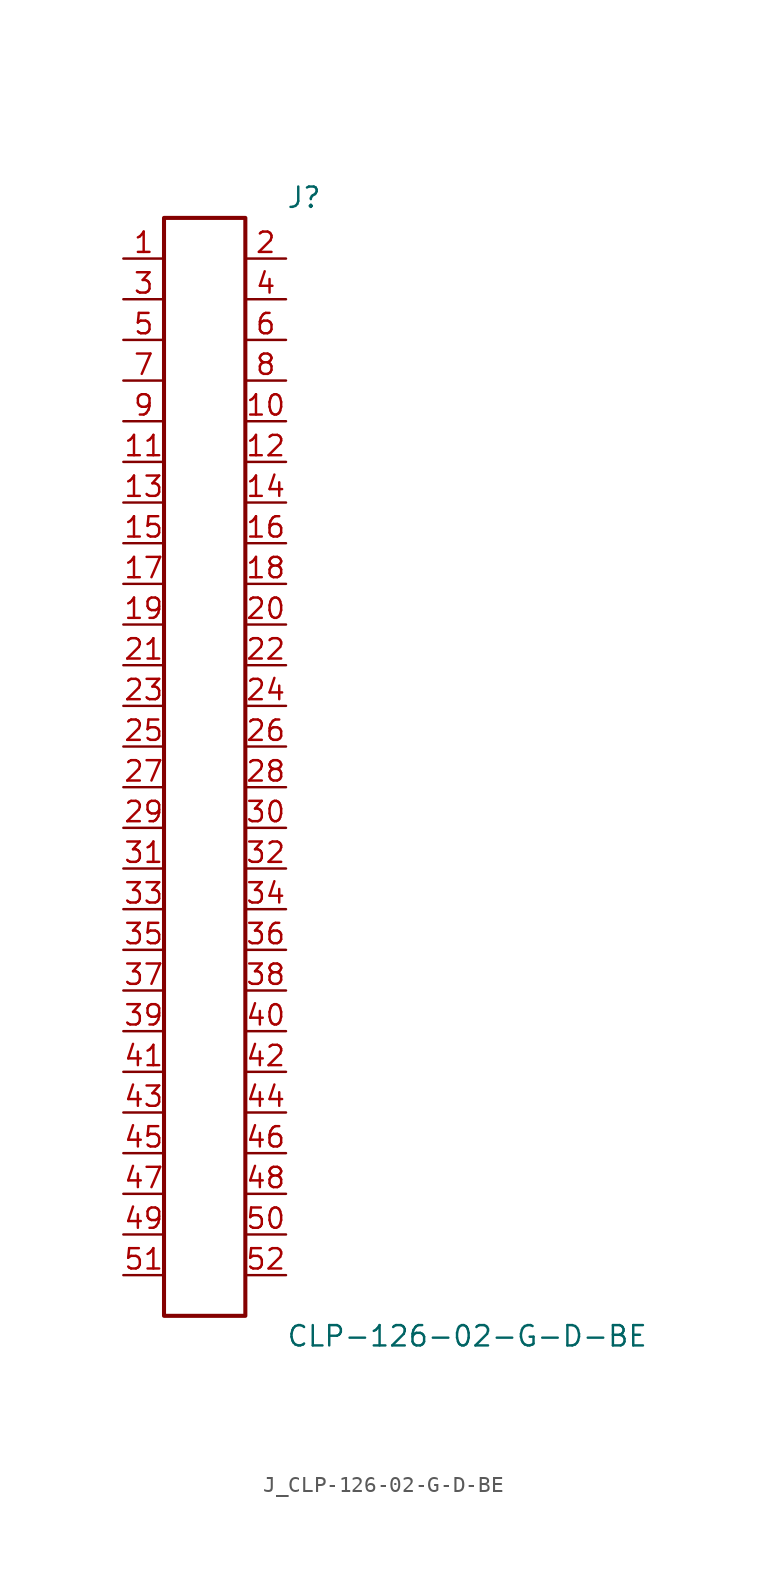
<source format=kicad_sym>
(kicad_symbol_lib
  (version 20231120)
  (generator kicad_symbol_editor)
  (generator_version 8.0)
  (symbol "J_CLP-126-02-G-D-BE"
    (pin_names
      (offset 0.254))
    (property "Reference" "J"
      (at 5.08 35.56 0)
      (effects (font (size 1.27 1.27)) (justify left)))
    (property "Value" "CLP-126-02-G-D-BE"
      (at 5.08 -35.56 0)
      (effects (font (size 1.27 1.27)) (justify left)))
    (symbol "J_CLP-126-02-G-D-BE_0_0"
      (pin passive line (at -5.08 31.75 0) (length 2.54) (name "" (effects (font (size 1.27 1.27)))) (number "1" (effects (font (size 1.27 1.27)))))
      (pin passive line (at 5.08 31.75 180) (length 2.54) (name "" (effects (font (size 1.27 1.27)))) (number "2" (effects (font (size 1.27 1.27)))))
      (pin passive line (at -5.08 29.21 0) (length 2.54) (name "" (effects (font (size 1.27 1.27)))) (number "3" (effects (font (size 1.27 1.27)))))
      (pin passive line (at 5.08 29.21 180) (length 2.54) (name "" (effects (font (size 1.27 1.27)))) (number "4" (effects (font (size 1.27 1.27)))))
      (pin passive line (at -5.08 26.67 0) (length 2.54) (name "" (effects (font (size 1.27 1.27)))) (number "5" (effects (font (size 1.27 1.27)))))
      (pin passive line (at 5.08 26.67 180) (length 2.54) (name "" (effects (font (size 1.27 1.27)))) (number "6" (effects (font (size 1.27 1.27)))))
      (pin passive line (at -5.08 24.13 0) (length 2.54) (name "" (effects (font (size 1.27 1.27)))) (number "7" (effects (font (size 1.27 1.27)))))
      (pin passive line (at 5.08 24.13 180) (length 2.54) (name "" (effects (font (size 1.27 1.27)))) (number "8" (effects (font (size 1.27 1.27)))))
      (pin passive line (at -5.08 21.59 0) (length 2.54) (name "" (effects (font (size 1.27 1.27)))) (number "9" (effects (font (size 1.27 1.27)))))
      (pin passive line (at 5.08 21.59 180) (length 2.54) (name "" (effects (font (size 1.27 1.27)))) (number "10" (effects (font (size 1.27 1.27)))))
      (pin passive line (at -5.08 19.05 0) (length 2.54) (name "" (effects (font (size 1.27 1.27)))) (number "11" (effects (font (size 1.27 1.27)))))
      (pin passive line (at 5.08 19.05 180) (length 2.54) (name "" (effects (font (size 1.27 1.27)))) (number "12" (effects (font (size 1.27 1.27)))))
      (pin passive line (at -5.08 16.51 0) (length 2.54) (name "" (effects (font (size 1.27 1.27)))) (number "13" (effects (font (size 1.27 1.27)))))
      (pin passive line (at 5.08 16.51 180) (length 2.54) (name "" (effects (font (size 1.27 1.27)))) (number "14" (effects (font (size 1.27 1.27)))))
      (pin passive line (at -5.08 13.97 0) (length 2.54) (name "" (effects (font (size 1.27 1.27)))) (number "15" (effects (font (size 1.27 1.27)))))
      (pin passive line (at 5.08 13.97 180) (length 2.54) (name "" (effects (font (size 1.27 1.27)))) (number "16" (effects (font (size 1.27 1.27)))))
      (pin passive line (at -5.08 11.43 0) (length 2.54) (name "" (effects (font (size 1.27 1.27)))) (number "17" (effects (font (size 1.27 1.27)))))
      (pin passive line (at 5.08 11.43 180) (length 2.54) (name "" (effects (font (size 1.27 1.27)))) (number "18" (effects (font (size 1.27 1.27)))))
      (pin passive line (at -5.08 8.89 0) (length 2.54) (name "" (effects (font (size 1.27 1.27)))) (number "19" (effects (font (size 1.27 1.27)))))
      (pin passive line (at 5.08 8.89 180) (length 2.54) (name "" (effects (font (size 1.27 1.27)))) (number "20" (effects (font (size 1.27 1.27)))))
      (pin passive line (at -5.08 6.35 0) (length 2.54) (name "" (effects (font (size 1.27 1.27)))) (number "21" (effects (font (size 1.27 1.27)))))
      (pin passive line (at 5.08 6.35 180) (length 2.54) (name "" (effects (font (size 1.27 1.27)))) (number "22" (effects (font (size 1.27 1.27)))))
      (pin passive line (at -5.08 3.81 0) (length 2.54) (name "" (effects (font (size 1.27 1.27)))) (number "23" (effects (font (size 1.27 1.27)))))
      (pin passive line (at 5.08 3.81 180) (length 2.54) (name "" (effects (font (size 1.27 1.27)))) (number "24" (effects (font (size 1.27 1.27)))))
      (pin passive line (at -5.08 1.27 0) (length 2.54) (name "" (effects (font (size 1.27 1.27)))) (number "25" (effects (font (size 1.27 1.27)))))
      (pin passive line (at 5.08 1.27 180) (length 2.54) (name "" (effects (font (size 1.27 1.27)))) (number "26" (effects (font (size 1.27 1.27)))))
      (pin passive line (at -5.08 -1.27 0) (length 2.54) (name "" (effects (font (size 1.27 1.27)))) (number "27" (effects (font (size 1.27 1.27)))))
      (pin passive line (at 5.08 -1.27 180) (length 2.54) (name "" (effects (font (size 1.27 1.27)))) (number "28" (effects (font (size 1.27 1.27)))))
      (pin passive line (at -5.08 -3.81 0) (length 2.54) (name "" (effects (font (size 1.27 1.27)))) (number "29" (effects (font (size 1.27 1.27)))))
      (pin passive line (at 5.08 -3.81 180) (length 2.54) (name "" (effects (font (size 1.27 1.27)))) (number "30" (effects (font (size 1.27 1.27)))))
      (pin passive line (at -5.08 -6.35 0) (length 2.54) (name "" (effects (font (size 1.27 1.27)))) (number "31" (effects (font (size 1.27 1.27)))))
      (pin passive line (at 5.08 -6.35 180) (length 2.54) (name "" (effects (font (size 1.27 1.27)))) (number "32" (effects (font (size 1.27 1.27)))))
      (pin passive line (at -5.08 -8.89 0) (length 2.54) (name "" (effects (font (size 1.27 1.27)))) (number "33" (effects (font (size 1.27 1.27)))))
      (pin passive line (at 5.08 -8.89 180) (length 2.54) (name "" (effects (font (size 1.27 1.27)))) (number "34" (effects (font (size 1.27 1.27)))))
      (pin passive line (at -5.08 -11.43 0) (length 2.54) (name "" (effects (font (size 1.27 1.27)))) (number "35" (effects (font (size 1.27 1.27)))))
      (pin passive line (at 5.08 -11.43 180) (length 2.54) (name "" (effects (font (size 1.27 1.27)))) (number "36" (effects (font (size 1.27 1.27)))))
      (pin passive line (at -5.08 -13.97 0) (length 2.54) (name "" (effects (font (size 1.27 1.27)))) (number "37" (effects (font (size 1.27 1.27)))))
      (pin passive line (at 5.08 -13.97 180) (length 2.54) (name "" (effects (font (size 1.27 1.27)))) (number "38" (effects (font (size 1.27 1.27)))))
      (pin passive line (at -5.08 -16.51 0) (length 2.54) (name "" (effects (font (size 1.27 1.27)))) (number "39" (effects (font (size 1.27 1.27)))))
      (pin passive line (at 5.08 -16.51 180) (length 2.54) (name "" (effects (font (size 1.27 1.27)))) (number "40" (effects (font (size 1.27 1.27)))))
      (pin passive line (at -5.08 -19.05 0) (length 2.54) (name "" (effects (font (size 1.27 1.27)))) (number "41" (effects (font (size 1.27 1.27)))))
      (pin passive line (at 5.08 -19.05 180) (length 2.54) (name "" (effects (font (size 1.27 1.27)))) (number "42" (effects (font (size 1.27 1.27)))))
      (pin passive line (at -5.08 -21.59 0) (length 2.54) (name "" (effects (font (size 1.27 1.27)))) (number "43" (effects (font (size 1.27 1.27)))))
      (pin passive line (at 5.08 -21.59 180) (length 2.54) (name "" (effects (font (size 1.27 1.27)))) (number "44" (effects (font (size 1.27 1.27)))))
      (pin passive line (at -5.08 -24.13 0) (length 2.54) (name "" (effects (font (size 1.27 1.27)))) (number "45" (effects (font (size 1.27 1.27)))))
      (pin passive line (at 5.08 -24.13 180) (length 2.54) (name "" (effects (font (size 1.27 1.27)))) (number "46" (effects (font (size 1.27 1.27)))))
      (pin passive line (at -5.08 -26.67 0) (length 2.54) (name "" (effects (font (size 1.27 1.27)))) (number "47" (effects (font (size 1.27 1.27)))))
      (pin passive line (at 5.08 -26.67 180) (length 2.54) (name "" (effects (font (size 1.27 1.27)))) (number "48" (effects (font (size 1.27 1.27)))))
      (pin passive line (at -5.08 -29.21 0) (length 2.54) (name "" (effects (font (size 1.27 1.27)))) (number "49" (effects (font (size 1.27 1.27)))))
      (pin passive line (at 5.08 -29.21 180) (length 2.54) (name "" (effects (font (size 1.27 1.27)))) (number "50" (effects (font (size 1.27 1.27)))))
      (pin passive line (at -5.08 -31.75 0) (length 2.54) (name "" (effects (font (size 1.27 1.27)))) (number "51" (effects (font (size 1.27 1.27)))))
      (pin passive line (at 5.08 -31.75 180) (length 2.54) (name "" (effects (font (size 1.27 1.27)))) (number "52" (effects (font (size 1.27 1.27))))))
    (symbol "J_CLP-126-02-G-D-BE_1_0"
      (rectangle (start -2.54 34.29) (end 2.54 -34.29) (stroke (width 0.254) (type solid)) (fill (type none))))))
</source>
